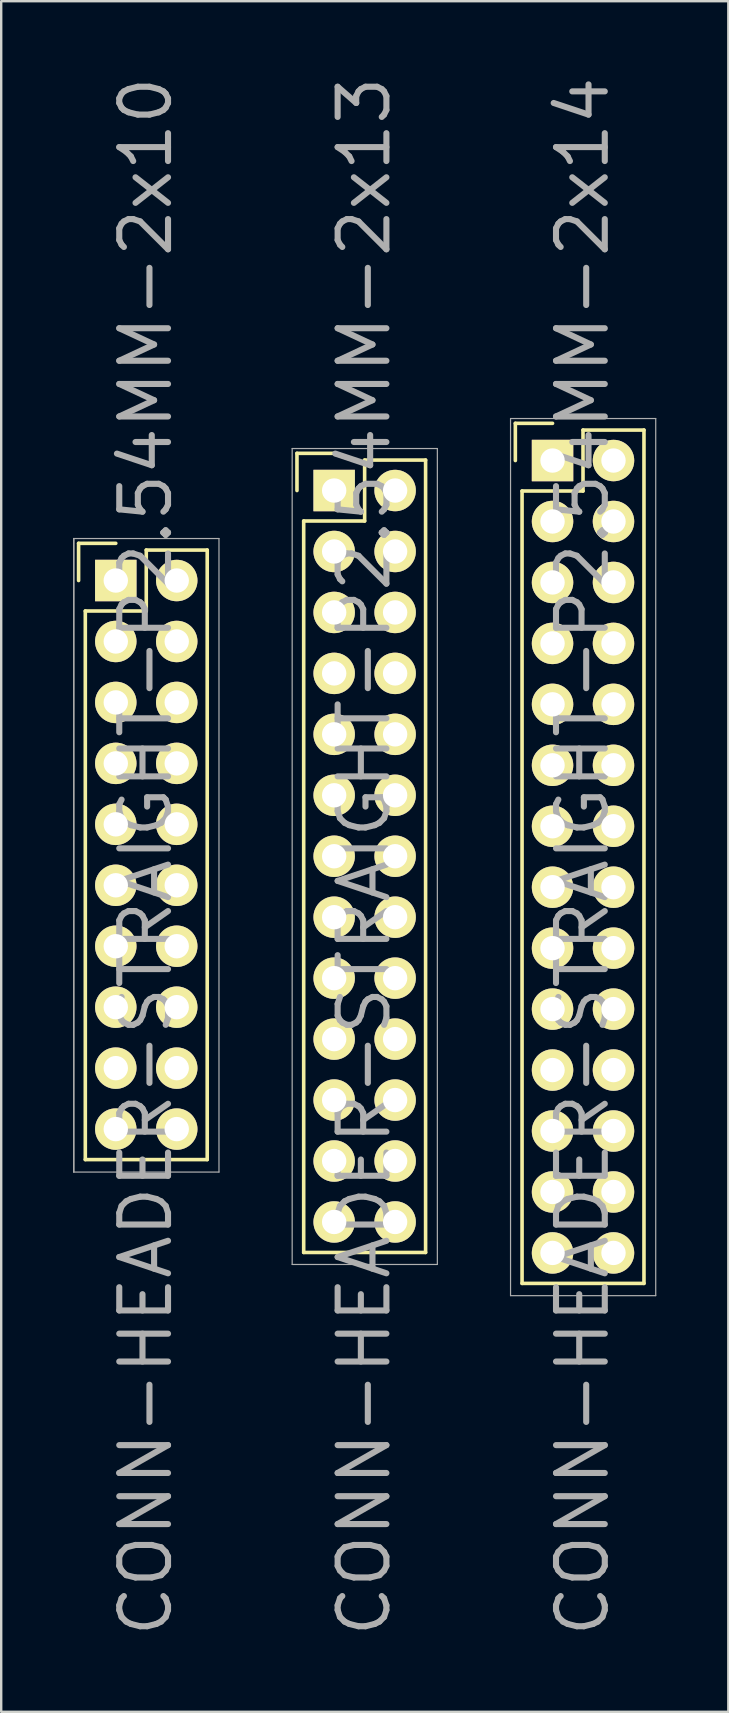
<source format=kicad_pcb>
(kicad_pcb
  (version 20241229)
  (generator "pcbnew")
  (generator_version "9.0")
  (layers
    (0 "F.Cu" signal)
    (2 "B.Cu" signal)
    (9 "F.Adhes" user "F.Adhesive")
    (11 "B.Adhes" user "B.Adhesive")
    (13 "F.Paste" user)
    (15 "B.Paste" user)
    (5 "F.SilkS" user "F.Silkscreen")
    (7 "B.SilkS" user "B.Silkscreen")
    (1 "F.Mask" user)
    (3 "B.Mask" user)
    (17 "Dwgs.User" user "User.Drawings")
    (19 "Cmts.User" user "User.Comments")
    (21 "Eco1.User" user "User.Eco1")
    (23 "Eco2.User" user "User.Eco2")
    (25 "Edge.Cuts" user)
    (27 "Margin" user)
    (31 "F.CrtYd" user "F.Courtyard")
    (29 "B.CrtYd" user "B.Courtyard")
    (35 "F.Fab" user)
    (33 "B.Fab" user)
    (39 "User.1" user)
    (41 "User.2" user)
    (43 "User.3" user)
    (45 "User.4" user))
  (footprint "CONN-HEADER-STRAIGHT-P2.54MM-2x10"
    (layer "F.Cu")
    (at 1.775 21.141)
    (property "Reference" "CONN-HEADER-STRAIGHT-P2.54MM-2x10" (at 1.25 11.5 90) (layer "F.Fab") (effects (font (size 2.032 2.032) (thickness 0.254))))
    (attr through_hole)
    (fp_line (start -1.55 -1.55) (end -1.55 0) (stroke (width 0.15) (type solid)) (layer "F.SilkS"))
    (fp_line (start -1.27 1.27) (end -1.27 24.13) (stroke (width 0.15) (type solid)) (layer "F.SilkS"))
    (fp_line (start 0 -1.55) (end -1.55 -1.55) (stroke (width 0.15) (type solid)) (layer "F.SilkS"))
    (fp_line (start 1.27 -1.27) (end 1.27 1.27) (stroke (width 0.15) (type solid)) (layer "F.SilkS"))
    (fp_line (start 1.27 1.27) (end -1.27 1.27) (stroke (width 0.15) (type solid)) (layer "F.SilkS"))
    (fp_line (start 3.81 -1.27) (end 1.27 -1.27) (stroke (width 0.15) (type solid)) (layer "F.SilkS"))
    (fp_line (start 3.81 24.13) (end -1.27 24.13) (stroke (width 0.15) (type solid)) (layer "F.SilkS"))
    (fp_line (start 3.81 24.13) (end 3.81 -1.27) (stroke (width 0.15) (type solid)) (layer "F.SilkS"))
    (fp_line (start -1.75 -1.75) (end -1.75 24.65) (stroke (width 0.05) (type solid)) (layer "F.Fab"))
    (fp_line (start -1.75 -1.75) (end -1.75 24.65) (stroke (width 0.05) (type solid)) (layer "F.Fab"))
    (fp_line (start -1.75 -1.75) (end 4.3 -1.75) (stroke (width 0.05) (type solid)) (layer "F.Fab"))
    (fp_line (start -1.75 24.65) (end 4.3 24.65) (stroke (width 0.05) (type solid)) (layer "F.Fab"))
    (fp_line (start 4.3 -1.75) (end 4.3 24.65) (stroke (width 0.05) (type solid)) (layer "F.Fab"))
    (pad "1" thru_hole rect (at 0 0) (size 1.727 1.727) (drill 1.016) (layers "*.Cu" "*.Mask" "F.SilkS"))
    (pad "2" thru_hole oval (at 2.54 0) (size 1.727 1.727) (drill 1.016) (layers "*.Cu" "*.Mask" "F.SilkS"))
    (pad "3" thru_hole oval (at 0 2.54) (size 1.727 1.727) (drill 1.016) (layers "*.Cu" "*.Mask" "F.SilkS"))
    (pad "4" thru_hole oval (at 2.54 2.54) (size 1.727 1.727) (drill 1.016) (layers "*.Cu" "*.Mask" "F.SilkS"))
    (pad "5" thru_hole oval (at 0 5.08) (size 1.727 1.727) (drill 1.016) (layers "*.Cu" "*.Mask" "F.SilkS"))
    (pad "6" thru_hole oval (at 2.54 5.08) (size 1.727 1.727) (drill 1.016) (layers "*.Cu" "*.Mask" "F.SilkS"))
    (pad "7" thru_hole oval (at 0 7.62) (size 1.727 1.727) (drill 1.016) (layers "*.Cu" "*.Mask" "F.SilkS"))
    (pad "8" thru_hole oval (at 2.54 7.62) (size 1.727 1.727) (drill 1.016) (layers "*.Cu" "*.Mask" "F.SilkS"))
    (pad "9" thru_hole oval (at 0 10.16) (size 1.727 1.727) (drill 1.016) (layers "*.Cu" "*.Mask" "F.SilkS"))
    (pad "10" thru_hole oval (at 2.54 10.16) (size 1.727 1.727) (drill 1.016) (layers "*.Cu" "*.Mask" "F.SilkS"))
    (pad "11" thru_hole oval (at 0 12.7) (size 1.727 1.727) (drill 1.016) (layers "*.Cu" "*.Mask" "F.SilkS"))
    (pad "12" thru_hole oval (at 2.54 12.7) (size 1.727 1.727) (drill 1.016) (layers "*.Cu" "*.Mask" "F.SilkS"))
    (pad "13" thru_hole oval (at 0 15.24) (size 1.727 1.727) (drill 1.016) (layers "*.Cu" "*.Mask" "F.SilkS"))
    (pad "14" thru_hole oval (at 2.54 15.24) (size 1.727 1.727) (drill 1.016) (layers "*.Cu" "*.Mask" "F.SilkS"))
    (pad "15" thru_hole oval (at 0 17.78) (size 1.727 1.727) (drill 1.016) (layers "*.Cu" "*.Mask" "F.SilkS"))
    (pad "16" thru_hole oval (at 2.54 17.78) (size 1.727 1.727) (drill 1.016) (layers "*.Cu" "*.Mask" "F.SilkS"))
    (pad "17" thru_hole oval (at 0 20.32) (size 1.727 1.727) (drill 1.016) (layers "*.Cu" "*.Mask" "F.SilkS"))
    (pad "18" thru_hole oval (at 2.54 20.32) (size 1.727 1.727) (drill 1.016) (layers "*.Cu" "*.Mask" "F.SilkS"))
    (pad "19" thru_hole oval (at 0 22.86) (size 1.727 1.727) (drill 1.016) (layers "*.Cu" "*.Mask" "F.SilkS"))
    (pad "20" thru_hole oval (at 2.54 22.86) (size 1.727 1.727) (drill 1.016) (layers "*.Cu" "*.Mask" "F.SilkS")))
  (footprint "CONN-HEADER-STRAIGHT-P2.54MM-2x14"
    (layer "F.Cu")
    (at 19.975 16.141)
    (property "Reference" "CONN-HEADER-STRAIGHT-P2.54MM-2x14" (at 1.25 16.5 90) (layer "F.Fab") (effects (font (size 2.032 2.032) (thickness 0.254))))
    (attr through_hole)
    (fp_line (start -1.55 -1.55) (end -1.55 0) (stroke (width 0.15) (type solid)) (layer "F.SilkS"))
    (fp_line (start -1.27 1.27) (end -1.27 34.29) (stroke (width 0.15) (type solid)) (layer "F.SilkS"))
    (fp_line (start 0 -1.55) (end -1.55 -1.55) (stroke (width 0.15) (type solid)) (layer "F.SilkS"))
    (fp_line (start 1.27 -1.27) (end 1.27 1.27) (stroke (width 0.15) (type solid)) (layer "F.SilkS"))
    (fp_line (start 1.27 1.27) (end -1.27 1.27) (stroke (width 0.15) (type solid)) (layer "F.SilkS"))
    (fp_line (start 3.81 -1.27) (end 1.27 -1.27) (stroke (width 0.15) (type solid)) (layer "F.SilkS"))
    (fp_line (start 3.81 34.29) (end -1.27 34.29) (stroke (width 0.15) (type solid)) (layer "F.SilkS"))
    (fp_line (start 3.81 34.29) (end 3.81 -1.27) (stroke (width 0.15) (type solid)) (layer "F.SilkS"))
    (fp_line (start -1.75 -1.75) (end -1.75 34.8) (stroke (width 0.05) (type solid)) (layer "F.Fab"))
    (fp_line (start -1.75 -1.75) (end 4.3 -1.75) (stroke (width 0.05) (type solid)) (layer "F.Fab"))
    (fp_line (start -1.75 34.8) (end 4.3 34.8) (stroke (width 0.05) (type solid)) (layer "F.Fab"))
    (fp_line (start 4.3 -1.75) (end 4.3 34.8) (stroke (width 0.05) (type solid)) (layer "F.Fab"))
    (pad "1" thru_hole rect (at 0 0) (size 1.727 1.727) (drill 1.016) (layers "*.Cu" "*.Mask" "F.SilkS"))
    (pad "2" thru_hole oval (at 2.54 0) (size 1.727 1.727) (drill 1.016) (layers "*.Cu" "*.Mask" "F.SilkS"))
    (pad "3" thru_hole oval (at 0 2.54) (size 1.727 1.727) (drill 1.016) (layers "*.Cu" "*.Mask" "F.SilkS"))
    (pad "4" thru_hole oval (at 2.54 2.54) (size 1.727 1.727) (drill 1.016) (layers "*.Cu" "*.Mask" "F.SilkS"))
    (pad "5" thru_hole oval (at 0 5.08) (size 1.727 1.727) (drill 1.016) (layers "*.Cu" "*.Mask" "F.SilkS"))
    (pad "6" thru_hole oval (at 2.54 5.08) (size 1.727 1.727) (drill 1.016) (layers "*.Cu" "*.Mask" "F.SilkS"))
    (pad "7" thru_hole oval (at 0 7.62) (size 1.727 1.727) (drill 1.016) (layers "*.Cu" "*.Mask" "F.SilkS"))
    (pad "8" thru_hole oval (at 2.54 7.62) (size 1.727 1.727) (drill 1.016) (layers "*.Cu" "*.Mask" "F.SilkS"))
    (pad "9" thru_hole oval (at 0 10.16) (size 1.727 1.727) (drill 1.016) (layers "*.Cu" "*.Mask" "F.SilkS"))
    (pad "10" thru_hole oval (at 2.54 10.16) (size 1.727 1.727) (drill 1.016) (layers "*.Cu" "*.Mask" "F.SilkS"))
    (pad "11" thru_hole oval (at 0 12.7) (size 1.727 1.727) (drill 1.016) (layers "*.Cu" "*.Mask" "F.SilkS"))
    (pad "12" thru_hole oval (at 2.54 12.7) (size 1.727 1.727) (drill 1.016) (layers "*.Cu" "*.Mask" "F.SilkS"))
    (pad "13" thru_hole oval (at 0 15.24) (size 1.727 1.727) (drill 1.016) (layers "*.Cu" "*.Mask" "F.SilkS"))
    (pad "14" thru_hole oval (at 2.54 15.24) (size 1.727 1.727) (drill 1.016) (layers "*.Cu" "*.Mask" "F.SilkS"))
    (pad "15" thru_hole oval (at 0 17.78) (size 1.727 1.727) (drill 1.016) (layers "*.Cu" "*.Mask" "F.SilkS"))
    (pad "16" thru_hole oval (at 2.54 17.78) (size 1.727 1.727) (drill 1.016) (layers "*.Cu" "*.Mask" "F.SilkS"))
    (pad "17" thru_hole oval (at 0 20.32) (size 1.727 1.727) (drill 1.016) (layers "*.Cu" "*.Mask" "F.SilkS"))
    (pad "18" thru_hole oval (at 2.54 20.32) (size 1.727 1.727) (drill 1.016) (layers "*.Cu" "*.Mask" "F.SilkS"))
    (pad "19" thru_hole oval (at 0 22.86) (size 1.727 1.727) (drill 1.016) (layers "*.Cu" "*.Mask" "F.SilkS"))
    (pad "20" thru_hole oval (at 2.54 22.86) (size 1.727 1.727) (drill 1.016) (layers "*.Cu" "*.Mask" "F.SilkS"))
    (pad "21" thru_hole oval (at 0 25.4) (size 1.727 1.727) (drill 1.016) (layers "*.Cu" "*.Mask" "F.SilkS"))
    (pad "22" thru_hole oval (at 2.54 25.4) (size 1.727 1.727) (drill 1.016) (layers "*.Cu" "*.Mask" "F.SilkS"))
    (pad "23" thru_hole oval (at 0 27.94) (size 1.727 1.727) (drill 1.016) (layers "*.Cu" "*.Mask" "F.SilkS"))
    (pad "24" thru_hole oval (at 2.54 27.94) (size 1.727 1.727) (drill 1.016) (layers "*.Cu" "*.Mask" "F.SilkS"))
    (pad "25" thru_hole oval (at 0 30.48) (size 1.727 1.727) (drill 1.016) (layers "*.Cu" "*.Mask" "F.SilkS"))
    (pad "26" thru_hole oval (at 2.54 30.48) (size 1.727 1.727) (drill 1.016) (layers "*.Cu" "*.Mask" "F.SilkS"))
    (pad "27" thru_hole oval (at 0 33.02) (size 1.727 1.727) (drill 1.016) (layers "*.Cu" "*.Mask" "F.SilkS"))
    (pad "28" thru_hole oval (at 2.54 33.02) (size 1.727 1.727) (drill 1.016) (layers "*.Cu" "*.Mask" "F.SilkS")))
  (footprint "CONN-HEADER-STRAIGHT-P2.54MM-2x13"
    (layer "F.Cu")
    (at 10.875 17.391)
    (property "Reference" "CONN-HEADER-STRAIGHT-P2.54MM-2x13" (at 1.25 15.25 90) (layer "F.Fab") (effects (font (size 2.032 2.032) (thickness 0.254))))
    (attr through_hole)
    (fp_line (start -1.55 -1.55) (end -1.55 0) (stroke (width 0.15) (type solid)) (layer "F.SilkS"))
    (fp_line (start -1.27 1.27) (end -1.27 31.75) (stroke (width 0.15) (type solid)) (layer "F.SilkS"))
    (fp_line (start 0 -1.55) (end -1.55 -1.55) (stroke (width 0.15) (type solid)) (layer "F.SilkS"))
    (fp_line (start 1.27 -1.27) (end 1.27 1.27) (stroke (width 0.15) (type solid)) (layer "F.SilkS"))
    (fp_line (start 1.27 1.27) (end -1.27 1.27) (stroke (width 0.15) (type solid)) (layer "F.SilkS"))
    (fp_line (start 3.81 -1.27) (end 1.27 -1.27) (stroke (width 0.15) (type solid)) (layer "F.SilkS"))
    (fp_line (start 3.81 -1.27) (end 3.81 31.75) (stroke (width 0.15) (type solid)) (layer "F.SilkS"))
    (fp_line (start 3.81 31.75) (end -1.27 31.75) (stroke (width 0.15) (type solid)) (layer "F.SilkS"))
    (fp_line (start -1.75 -1.75) (end -1.75 32.25) (stroke (width 0.05) (type solid)) (layer "F.Fab"))
    (fp_line (start -1.75 -1.75) (end 4.3 -1.75) (stroke (width 0.05) (type solid)) (layer "F.Fab"))
    (fp_line (start -1.75 32.25) (end 4.3 32.25) (stroke (width 0.05) (type solid)) (layer "F.Fab"))
    (fp_line (start 4.3 -1.75) (end 4.3 32.25) (stroke (width 0.05) (type solid)) (layer "F.Fab"))
    (pad "1" thru_hole rect (at 0 0) (size 1.727 1.727) (drill 1.016) (layers "*.Cu" "*.Mask" "F.SilkS"))
    (pad "2" thru_hole oval (at 2.54 0) (size 1.727 1.727) (drill 1.016) (layers "*.Cu" "*.Mask" "F.SilkS"))
    (pad "3" thru_hole oval (at 0 2.54) (size 1.727 1.727) (drill 1.016) (layers "*.Cu" "*.Mask" "F.SilkS"))
    (pad "4" thru_hole oval (at 2.54 2.54) (size 1.727 1.727) (drill 1.016) (layers "*.Cu" "*.Mask" "F.SilkS"))
    (pad "5" thru_hole oval (at 0 5.08) (size 1.727 1.727) (drill 1.016) (layers "*.Cu" "*.Mask" "F.SilkS"))
    (pad "6" thru_hole oval (at 2.54 5.08) (size 1.727 1.727) (drill 1.016) (layers "*.Cu" "*.Mask" "F.SilkS"))
    (pad "7" thru_hole oval (at 0 7.62) (size 1.727 1.727) (drill 1.016) (layers "*.Cu" "*.Mask" "F.SilkS"))
    (pad "8" thru_hole oval (at 2.54 7.62) (size 1.727 1.727) (drill 1.016) (layers "*.Cu" "*.Mask" "F.SilkS"))
    (pad "9" thru_hole oval (at 0 10.16) (size 1.727 1.727) (drill 1.016) (layers "*.Cu" "*.Mask" "F.SilkS"))
    (pad "10" thru_hole oval (at 2.54 10.16) (size 1.727 1.727) (drill 1.016) (layers "*.Cu" "*.Mask" "F.SilkS"))
    (pad "11" thru_hole oval (at 0 12.7) (size 1.727 1.727) (drill 1.016) (layers "*.Cu" "*.Mask" "F.SilkS"))
    (pad "12" thru_hole oval (at 2.54 12.7) (size 1.727 1.727) (drill 1.016) (layers "*.Cu" "*.Mask" "F.SilkS"))
    (pad "13" thru_hole oval (at 0 15.24) (size 1.727 1.727) (drill 1.016) (layers "*.Cu" "*.Mask" "F.SilkS"))
    (pad "14" thru_hole oval (at 2.54 15.24) (size 1.727 1.727) (drill 1.016) (layers "*.Cu" "*.Mask" "F.SilkS"))
    (pad "15" thru_hole oval (at 0 17.78) (size 1.727 1.727) (drill 1.016) (layers "*.Cu" "*.Mask" "F.SilkS"))
    (pad "16" thru_hole oval (at 2.54 17.78) (size 1.727 1.727) (drill 1.016) (layers "*.Cu" "*.Mask" "F.SilkS"))
    (pad "17" thru_hole oval (at 0 20.32) (size 1.727 1.727) (drill 1.016) (layers "*.Cu" "*.Mask" "F.SilkS"))
    (pad "18" thru_hole oval (at 2.54 20.32) (size 1.727 1.727) (drill 1.016) (layers "*.Cu" "*.Mask" "F.SilkS"))
    (pad "19" thru_hole oval (at 0 22.86) (size 1.727 1.727) (drill 1.016) (layers "*.Cu" "*.Mask" "F.SilkS"))
    (pad "20" thru_hole oval (at 2.54 22.86) (size 1.727 1.727) (drill 1.016) (layers "*.Cu" "*.Mask" "F.SilkS"))
    (pad "21" thru_hole oval (at 0 25.4) (size 1.727 1.727) (drill 1.016) (layers "*.Cu" "*.Mask" "F.SilkS"))
    (pad "22" thru_hole oval (at 2.54 25.4) (size 1.727 1.727) (drill 1.016) (layers "*.Cu" "*.Mask" "F.SilkS"))
    (pad "23" thru_hole oval (at 0 27.94) (size 1.727 1.727) (drill 1.016) (layers "*.Cu" "*.Mask" "F.SilkS"))
    (pad "24" thru_hole oval (at 2.54 27.94) (size 1.727 1.727) (drill 1.016) (layers "*.Cu" "*.Mask" "F.SilkS"))
    (pad "25" thru_hole oval (at 0 30.48) (size 1.727 1.727) (drill 1.016) (layers "*.Cu" "*.Mask" "F.SilkS"))
    (pad "26" thru_hole oval (at 2.54 30.48) (size 1.727 1.727) (drill 1.016) (layers "*.Cu" "*.Mask" "F.SilkS")))
  (gr_rect
    (start -3 -3)
    (end 27.3 68.283)
    (stroke (width 0.1) (type default))
    (fill no)
    (layer "Edge.Cuts")))
</source>
